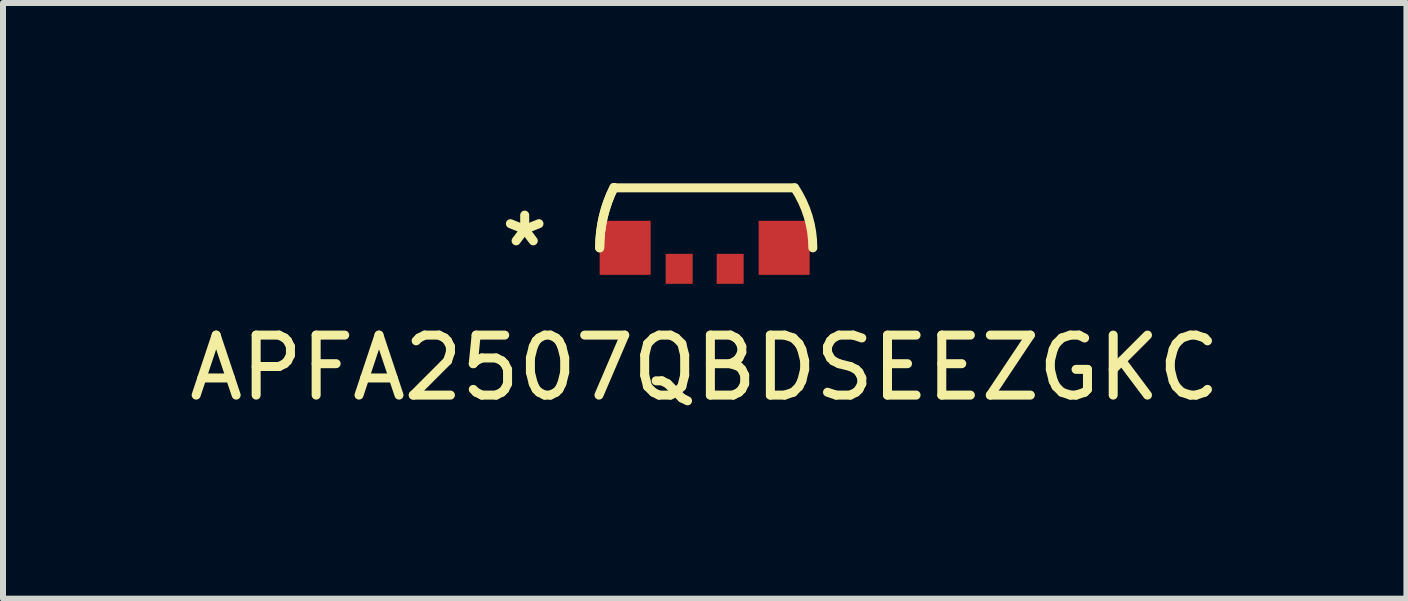
<source format=kicad_pcb>
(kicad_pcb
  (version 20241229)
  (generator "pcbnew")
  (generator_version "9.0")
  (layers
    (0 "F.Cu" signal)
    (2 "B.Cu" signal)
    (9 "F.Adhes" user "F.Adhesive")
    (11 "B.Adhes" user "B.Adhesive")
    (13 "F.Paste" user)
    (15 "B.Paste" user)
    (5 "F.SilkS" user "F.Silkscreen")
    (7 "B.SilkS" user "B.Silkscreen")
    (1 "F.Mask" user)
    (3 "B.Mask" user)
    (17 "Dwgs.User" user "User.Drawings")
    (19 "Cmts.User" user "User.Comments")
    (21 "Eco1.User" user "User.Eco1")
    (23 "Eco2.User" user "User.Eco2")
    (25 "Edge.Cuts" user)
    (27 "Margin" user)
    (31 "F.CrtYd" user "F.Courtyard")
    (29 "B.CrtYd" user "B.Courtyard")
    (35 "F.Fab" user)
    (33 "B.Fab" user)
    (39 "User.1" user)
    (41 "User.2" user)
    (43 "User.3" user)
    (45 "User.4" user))
  (footprint "APFA2507QBDSEEZGKC"
    (layer "F.Cu")
    (at 8.696 1.081)
    (property "Reference" "APFA2507QBDSEEZGKC" (at 0 2 0) (layer "F.SilkS") (effects (font (size 1 1) (thickness 0.15))))
    (attr through_hole)
    (fp_line (start 1.5 -1) (end -1.5 -1) (stroke (width 0.15) (type solid)) (layer "F.SilkS"))
    (fp_arc (start -1.75 0) (mid -1.68981 -0.516944) (end -1.512461 -1.00623) (stroke (width 0.15) (type solid)) (layer "F.SilkS"))
    (fp_arc (start -1.75 0) (mid -1.68981 -0.516944) (end -1.512461 -1.00623) (stroke (width 0.15) (type solid)) (layer "F.SilkS"))
    (fp_arc (start 1.5 -1) (mid 1.725422 -0.522416) (end 1.802776 0) (stroke (width 0.15) (type solid)) (layer "F.SilkS"))
    (fp_text user "*" (at -3 0 0) (layer "F.SilkS") (effects (font (size 1 1) (thickness 0.15))))
    (pad "1" smd rect (at -1.325 0) (size 0.85 0.9) (layers "F.Cu" "F.Mask" "F.Paste"))
    (pad "2" smd rect (at -0.425 0.35) (size 0.45 0.5) (layers "F.Cu" "F.Mask" "F.Paste"))
    (pad "3" smd rect (at 0.425 0.35) (size 0.45 0.5) (layers "F.Cu" "F.Mask" "F.Paste"))
    (pad "4" smd rect (at 1.325 0) (size 0.85 0.9) (layers "F.Cu" "F.Mask" "F.Paste")))
  (gr_rect
    (start -3 -3)
    (end 20.393 6.929)
    (stroke (width 0.1) (type default))
    (fill no)
    (layer "Edge.Cuts")))
</source>
